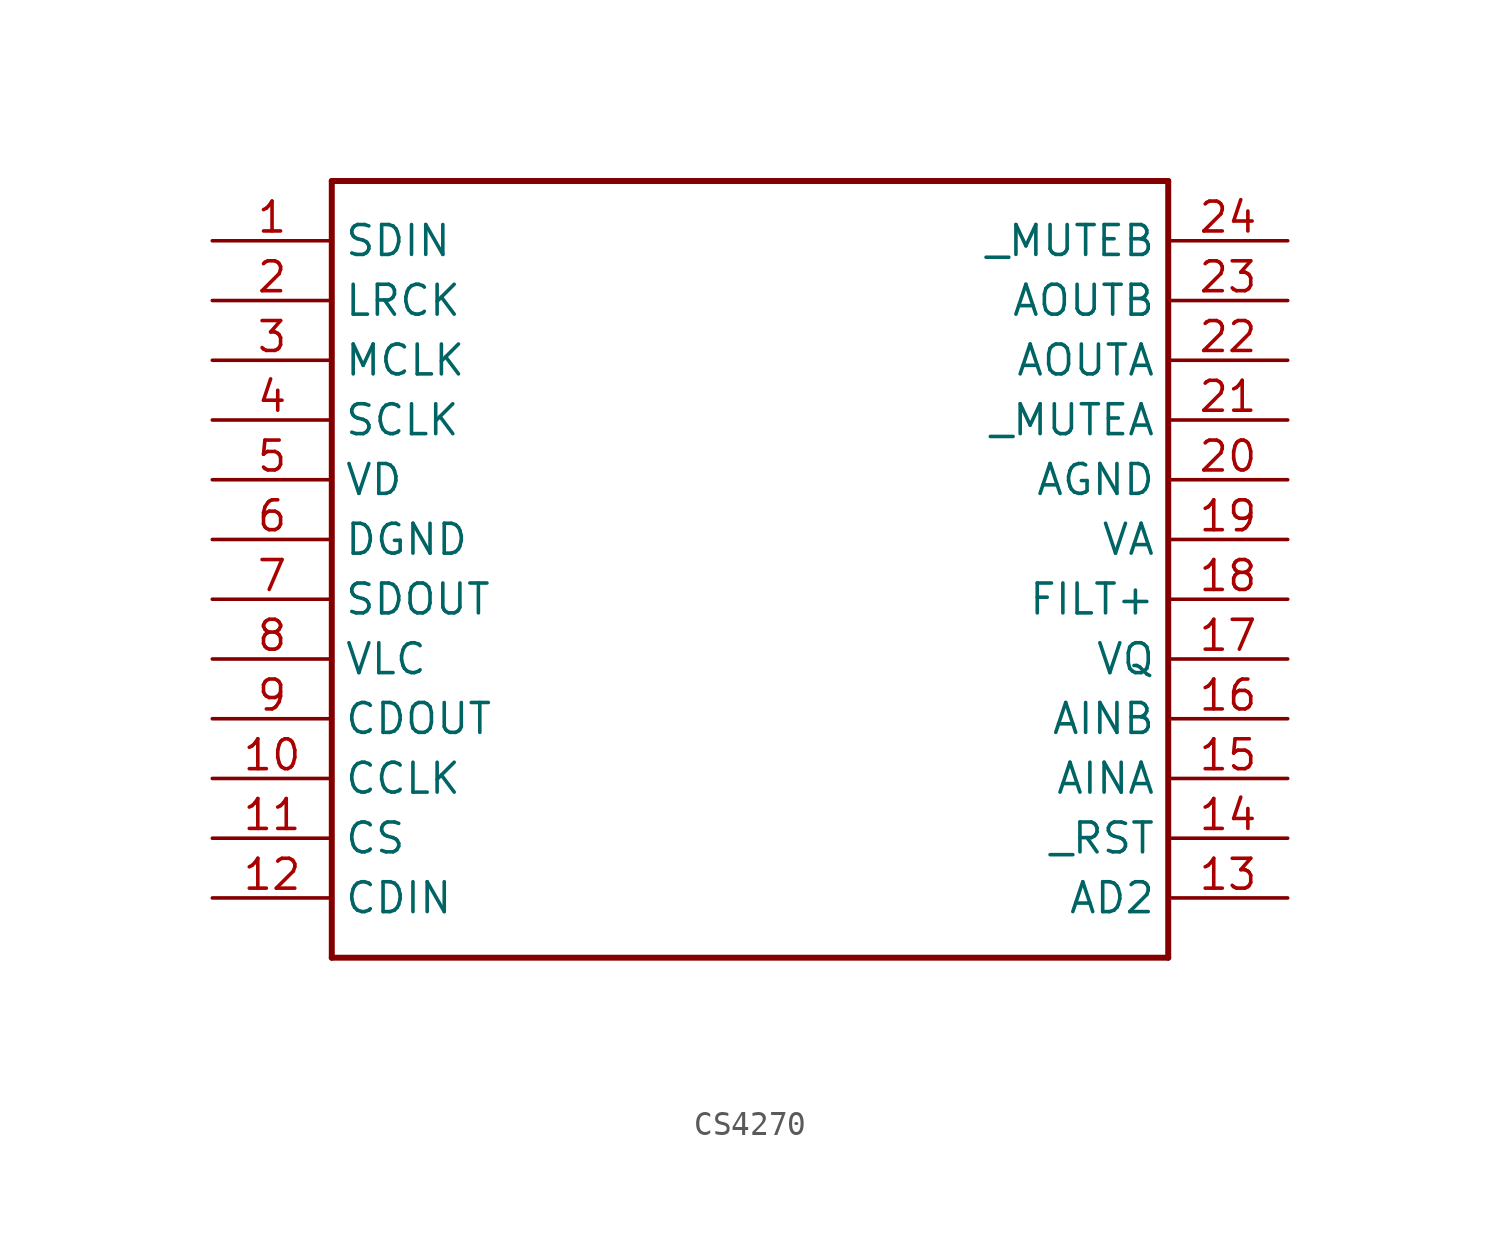
<source format=kicad_sym>
(kicad_symbol_lib
  (version 20220914)
  (generator kicad_symbol_editor)
  (symbol "CS4270"
    (property "Reference" ""
      (at -17.78 -20.32 0)
      (effects (font (size 1.27 1.079)) (justify left bottom) hide))
    (property "Value" ""
      (at 7.62 -20.32 0)
      (effects (font (size 1.27 1.079)) (justify left bottom)))
    (property "ki_locked" ""
      (at 0 0 0)
      (effects (font (size 1.27 1.27))))
    (symbol "CS4270_1_0"
      (polyline (pts (xy -17.78 -17.78) (xy 17.78 -17.78)) (stroke (width 0.254) (type solid)) (fill (type none)))
      (polyline (pts (xy -17.78 15.24) (xy -17.78 -17.78)) (stroke (width 0.254) (type solid)) (fill (type none)))
      (polyline (pts (xy 17.78 -17.78) (xy 17.78 15.24)) (stroke (width 0.254) (type solid)) (fill (type none)))
      (polyline (pts (xy 17.78 15.24) (xy -17.78 15.24)) (stroke (width 0.254) (type solid)) (fill (type none)))
      (pin bidirectional line (at -22.86 12.7 0) (length 5.08) (name "SDIN" (effects (font (size 1.27 1.27)))) (number "1" (effects (font (size 1.27 1.27)))))
      (pin bidirectional line (at -22.86 -10.16 0) (length 5.08) (name "CCLK" (effects (font (size 1.27 1.27)))) (number "10" (effects (font (size 1.27 1.27)))))
      (pin bidirectional line (at -22.86 -12.7 0) (length 5.08) (name "CS" (effects (font (size 1.27 1.27)))) (number "11" (effects (font (size 1.27 1.27)))))
      (pin bidirectional line (at -22.86 -15.24 0) (length 5.08) (name "CDIN" (effects (font (size 1.27 1.27)))) (number "12" (effects (font (size 1.27 1.27)))))
      (pin bidirectional line (at 22.86 -15.24 180) (length 5.08) (name "AD2" (effects (font (size 1.27 1.27)))) (number "13" (effects (font (size 1.27 1.27)))))
      (pin bidirectional line (at 22.86 -12.7 180) (length 5.08) (name "_RST" (effects (font (size 1.27 1.27)))) (number "14" (effects (font (size 1.27 1.27)))))
      (pin bidirectional line (at 22.86 -10.16 180) (length 5.08) (name "AINA" (effects (font (size 1.27 1.27)))) (number "15" (effects (font (size 1.27 1.27)))))
      (pin bidirectional line (at 22.86 -7.62 180) (length 5.08) (name "AINB" (effects (font (size 1.27 1.27)))) (number "16" (effects (font (size 1.27 1.27)))))
      (pin bidirectional line (at 22.86 -5.08 180) (length 5.08) (name "VQ" (effects (font (size 1.27 1.27)))) (number "17" (effects (font (size 1.27 1.27)))))
      (pin bidirectional line (at 22.86 -2.54 180) (length 5.08) (name "FILT+" (effects (font (size 1.27 1.27)))) (number "18" (effects (font (size 1.27 1.27)))))
      (pin bidirectional line (at 22.86 0 180) (length 5.08) (name "VA" (effects (font (size 1.27 1.27)))) (number "19" (effects (font (size 1.27 1.27)))))
      (pin bidirectional line (at -22.86 10.16 0) (length 5.08) (name "LRCK" (effects (font (size 1.27 1.27)))) (number "2" (effects (font (size 1.27 1.27)))))
      (pin bidirectional line (at 22.86 2.54 180) (length 5.08) (name "AGND" (effects (font (size 1.27 1.27)))) (number "20" (effects (font (size 1.27 1.27)))))
      (pin bidirectional line (at 22.86 5.08 180) (length 5.08) (name "_MUTEA" (effects (font (size 1.27 1.27)))) (number "21" (effects (font (size 1.27 1.27)))))
      (pin bidirectional line (at 22.86 7.62 180) (length 5.08) (name "AOUTA" (effects (font (size 1.27 1.27)))) (number "22" (effects (font (size 1.27 1.27)))))
      (pin bidirectional line (at 22.86 10.16 180) (length 5.08) (name "AOUTB" (effects (font (size 1.27 1.27)))) (number "23" (effects (font (size 1.27 1.27)))))
      (pin bidirectional line (at 22.86 12.7 180) (length 5.08) (name "_MUTEB" (effects (font (size 1.27 1.27)))) (number "24" (effects (font (size 1.27 1.27)))))
      (pin bidirectional line (at -22.86 7.62 0) (length 5.08) (name "MCLK" (effects (font (size 1.27 1.27)))) (number "3" (effects (font (size 1.27 1.27)))))
      (pin bidirectional line (at -22.86 5.08 0) (length 5.08) (name "SCLK" (effects (font (size 1.27 1.27)))) (number "4" (effects (font (size 1.27 1.27)))))
      (pin bidirectional line (at -22.86 2.54 0) (length 5.08) (name "VD" (effects (font (size 1.27 1.27)))) (number "5" (effects (font (size 1.27 1.27)))))
      (pin bidirectional line (at -22.86 0 0) (length 5.08) (name "DGND" (effects (font (size 1.27 1.27)))) (number "6" (effects (font (size 1.27 1.27)))))
      (pin bidirectional line (at -22.86 -2.54 0) (length 5.08) (name "SDOUT" (effects (font (size 1.27 1.27)))) (number "7" (effects (font (size 1.27 1.27)))))
      (pin bidirectional line (at -22.86 -5.08 0) (length 5.08) (name "VLC" (effects (font (size 1.27 1.27)))) (number "8" (effects (font (size 1.27 1.27)))))
      (pin bidirectional line (at -22.86 -7.62 0) (length 5.08) (name "CDOUT" (effects (font (size 1.27 1.27)))) (number "9" (effects (font (size 1.27 1.27))))))))
</source>
